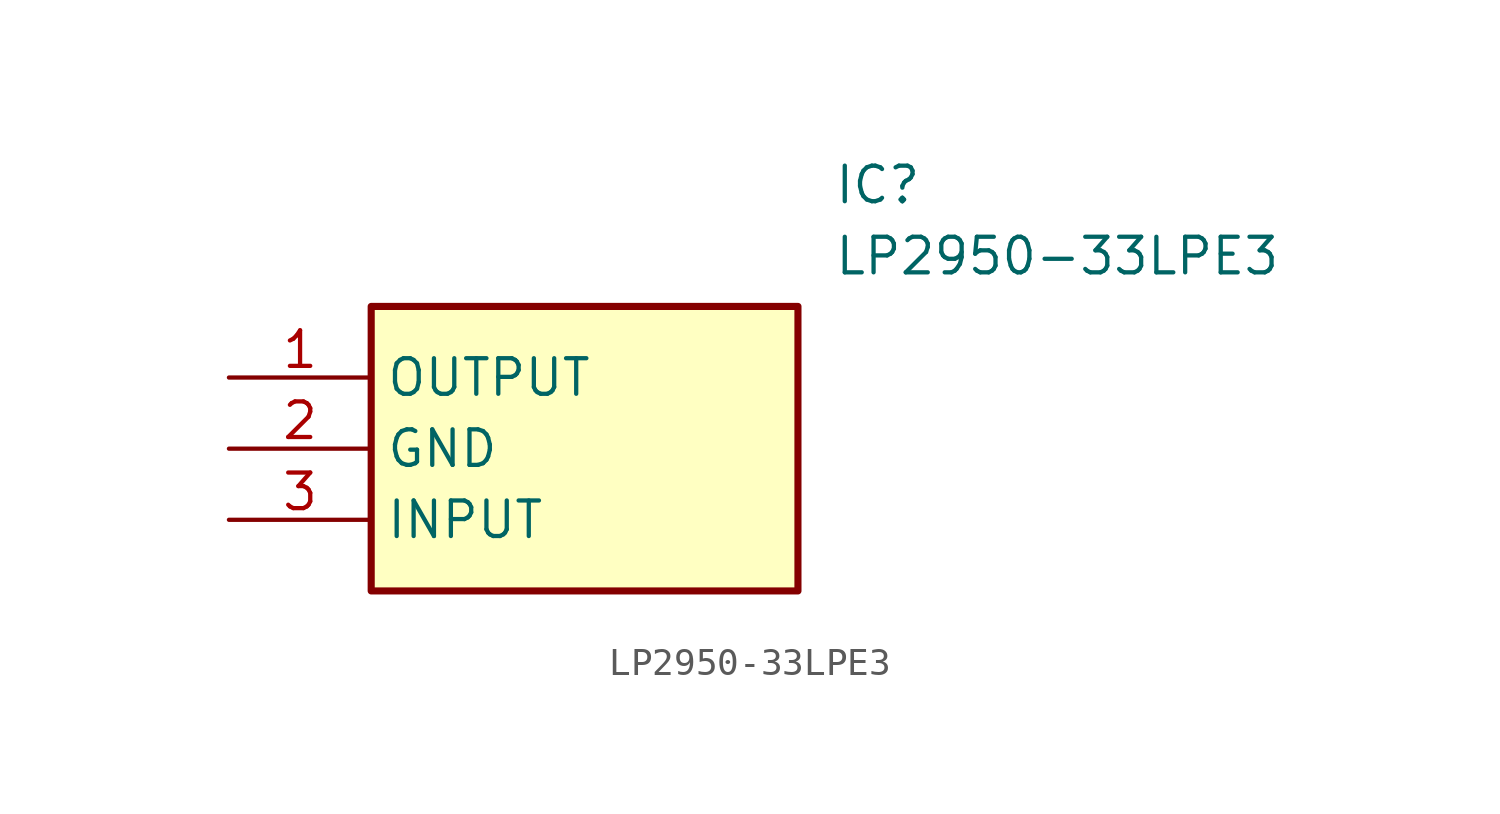
<source format=kicad_sym>
(kicad_symbol_lib
  (version 20211014)
  (generator SamacSys_ECAD_Model)
  (symbol "LP2950-33LPE3"
    (property "Reference" "IC"
      (at 21.59 7.62 0)
      (effects (font (size 1.27 1.27)) (justify left top)))
    (property "Value" "LP2950-33LPE3"
      (at 21.59 5.08 0)
      (effects (font (size 1.27 1.27)) (justify left top)))
    (rectangle
      (start 5.08 2.54)
      (end 20.32 -7.62)
      (stroke (width 0.254) (type default))
      (fill (type background)))
    (pin passive line
      (at 0 0 0)
      (length 5.08)
      (name "OUTPUT" (effects (font (size 1.27 1.27))))
      (number "1" (effects (font (size 1.27 1.27)))))
    (pin passive line
      (at 0 -2.54 0)
      (length 5.08)
      (name "GND" (effects (font (size 1.27 1.27))))
      (number "2" (effects (font (size 1.27 1.27)))))
    (pin passive line
      (at 0 -5.08 0)
      (length 5.08)
      (name "INPUT" (effects (font (size 1.27 1.27))))
      (number "3" (effects (font (size 1.27 1.27)))))))
</source>
